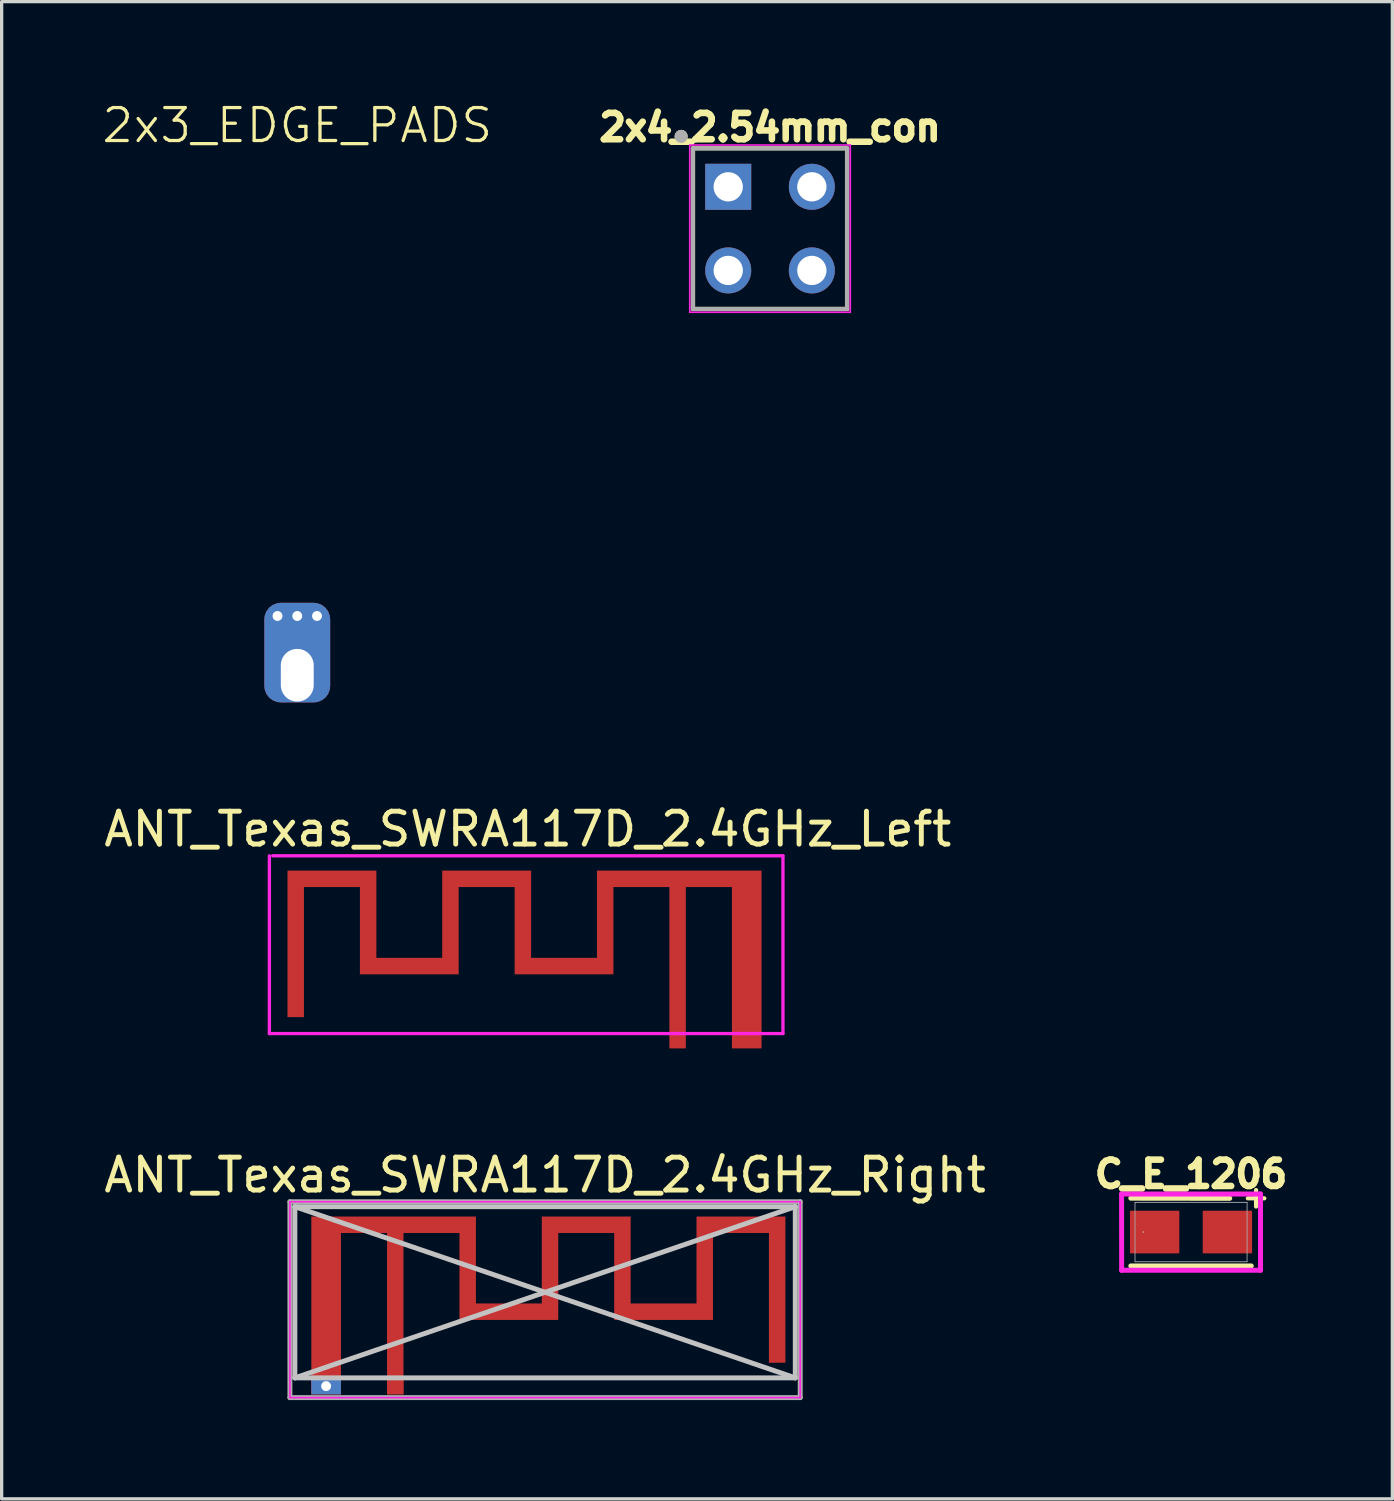
<source format=kicad_pcb>
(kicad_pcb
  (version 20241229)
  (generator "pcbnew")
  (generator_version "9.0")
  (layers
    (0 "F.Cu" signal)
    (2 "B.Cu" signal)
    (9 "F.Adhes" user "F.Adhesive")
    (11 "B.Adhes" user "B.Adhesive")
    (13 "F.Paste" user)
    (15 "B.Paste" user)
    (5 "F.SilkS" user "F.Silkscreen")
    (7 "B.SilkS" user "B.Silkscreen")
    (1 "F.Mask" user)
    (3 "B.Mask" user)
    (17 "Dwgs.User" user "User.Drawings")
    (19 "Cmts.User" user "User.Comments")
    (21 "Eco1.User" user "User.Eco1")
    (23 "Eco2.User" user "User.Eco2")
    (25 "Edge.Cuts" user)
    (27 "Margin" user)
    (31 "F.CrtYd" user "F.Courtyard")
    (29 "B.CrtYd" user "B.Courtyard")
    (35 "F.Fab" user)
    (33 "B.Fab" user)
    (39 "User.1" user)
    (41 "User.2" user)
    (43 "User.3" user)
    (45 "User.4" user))
  (footprint "ANT_Texas_SWRA117D_2.4GHz_Right"
    (layer "F.Cu")
    (at 8.956 39.052)
    (property "Reference" "ANT_Texas_SWRA117D_2.4GHz_Right" (at 4.55 -6.41 0) (layer "F.SilkS") (effects (font (size 1 1) (thickness 0.15))))
    (attr exclude_from_pos_files exclude_from_bom)
    (fp_poly (pts (xy 2.45 -2.51) (xy 4.45 -2.51) (xy 4.45 -5.15) (xy 7.15 -5.15) (xy 7.15 -2.51) (xy 9.15 -2.51) (xy 9.15 -5.15) (xy 11.85 -5.15) (xy 11.85 -0.71) (xy 11.35 -0.71) (xy 11.35 -4.65) (xy 9.65 -4.65) (xy 9.65 -2.01) (xy 6.65 -2.01) (xy 6.65 -4.65) (xy 4.95 -4.65) (xy 4.95 -2.01) (xy 1.95 -2.01) (xy 1.95 -4.65) (xy 0.25 -4.65) (xy 0.25 0.25) (xy -0.25 0.25) (xy -0.25 -4.65) (xy -1.65 -4.65) (xy -1.65 0.25) (xy -2.55 0.25) (xy -2.55 0.007) (xy -2.248 0.007) (xy -2.238 0.054) (xy -2.214 0.097) (xy -2.176 0.13) (xy -2.168 0.134) (xy -2.125 0.146) (xy -2.077 0.145) (xy -2.031 0.132) (xy -2.013 0.122) (xy -1.979 0.087) (xy -1.958 0.041) (xy -1.952 -0.008) (xy -1.96 -0.056) (xy -1.977 -0.089) (xy -2.012 -0.121) (xy -2.058 -0.141) (xy -2.107 -0.148) (xy -2.155 -0.14) (xy -2.188 -0.123) (xy -2.223 -0.086) (xy -2.243 -0.042) (xy -2.248 0.007) (xy -2.55 0.007) (xy -2.55 -5.15) (xy 2.45 -5.15) (xy 2.45 -2.51)) (stroke (width 0) (type solid)) (fill yes) (layer "F.Cu"))
    (fp_poly (pts (xy 2.45 -2.51) (xy 4.45 -2.51) (xy 4.45 -5.15) (xy 7.15 -5.15) (xy 7.15 -2.51) (xy 9.15 -2.51) (xy 9.15 -5.15) (xy 11.85 -5.15) (xy 11.85 -0.71) (xy 11.35 -0.71) (xy 11.35 -4.65) (xy 9.65 -4.65) (xy 9.65 -2.01) (xy 6.65 -2.01) (xy 6.65 -4.65) (xy 4.95 -4.65) (xy 4.95 -2.01) (xy 1.95 -2.01) (xy 1.95 -4.65) (xy 0.25 -4.65) (xy 0.25 0.25) (xy -0.25 0.25) (xy -0.25 -4.65) (xy -1.65 -4.65) (xy -1.65 0.25) (xy -2.55 0.25) (xy -2.55 0.007) (xy -2.248 0.007) (xy -2.238 0.054) (xy -2.214 0.097) (xy -2.176 0.13) (xy -2.168 0.134) (xy -2.125 0.146) (xy -2.077 0.145) (xy -2.031 0.132) (xy -2.013 0.122) (xy -1.979 0.087) (xy -1.958 0.041) (xy -1.952 -0.008) (xy -1.96 -0.056) (xy -1.977 -0.089) (xy -2.012 -0.121) (xy -2.058 -0.141) (xy -2.107 -0.148) (xy -2.155 -0.14) (xy -2.188 -0.123) (xy -2.223 -0.086) (xy -2.243 -0.042) (xy -2.248 0.007) (xy -2.55 0.007) (xy -2.55 -5.15) (xy 2.45 -5.15) (xy 2.45 -2.51)) (stroke (width 0) (type solid)) (fill yes) (layer "F.Mask"))
    (fp_line (start -3.05 -5.45) (end 12.15 -5.45) (stroke (width 0.15) (type solid)) (layer "Dwgs.User"))
    (fp_line (start -3.05 -5.45) (end 12.15 -0.25) (stroke (width 0.15) (type solid)) (layer "Dwgs.User"))
    (fp_line (start -3.05 -0.25) (end -3.05 -5.45) (stroke (width 0.15) (type solid)) (layer "Dwgs.User"))
    (fp_line (start -3.05 -0.25) (end 12.15 -5.45) (stroke (width 0.15) (type solid)) (layer "Dwgs.User"))
    (fp_line (start -3.05 -0.25) (end 12.15 -0.25) (stroke (width 0.15) (type solid)) (layer "Dwgs.User"))
    (fp_line (start 12.15 -0.25) (end 12.15 -5.45) (stroke (width 0.15) (type solid)) (layer "Dwgs.User"))
    (fp_line (start -3.2 -5.6) (end 12.3 -5.6) (stroke (width 0.05) (type solid)) (layer "F.CrtYd"))
    (fp_line (start -3.2 0.35) (end -3.2 -5.6) (stroke (width 0.05) (type solid)) (layer "F.CrtYd"))
    (fp_line (start 12.3 -5.6) (end 12.3 0.35) (stroke (width 0.05) (type solid)) (layer "F.CrtYd"))
    (fp_line (start 12.3 0.35) (end -3.2 0.35) (stroke (width 0.05) (type solid)) (layer "F.CrtYd"))
    (fp_line (start -3.2 -5.6) (end 12.3 -5.6) (stroke (width 0.15) (type solid)) (layer "F.Fab"))
    (fp_line (start -3.2 0.35) (end -3.2 -5.6) (stroke (width 0.15) (type solid)) (layer "F.Fab"))
    (fp_line (start 12.3 -5.6) (end 12.3 0.35) (stroke (width 0.15) (type solid)) (layer "F.Fab"))
    (fp_line (start 12.3 0.35) (end -3.2 0.35) (stroke (width 0.15) (type solid)) (layer "F.Fab"))
    (pad "1" connect rect (at 0 0) (size 0.5 0.5) (layers "F.Cu"))
    (pad "2" thru_hole rect (at -2.1 0) (size 0.9 0.5) (drill 0.3) (layers "*.Cu")))
  (footprint "2x3_EDGE_PADS"
    (layer "F.Cu")
    (at 5.979 15.96)
    (property "Reference" "2x3_EDGE_PADS" (at 0 -15.2 0) (unlocked yes) (layer "F.SilkS") (effects (font (size 1 1) (thickness 0.1))))
    (attr through_hole)
    (pad "1" thru_hole circle (at -0.6 -0.3) (size 0.6 0.6) (drill 0.3) (layers "*.Cu" "*.Mask"))
    (pad "1" thru_hole circle (at 0 -0.3) (size 0.6 0.6) (drill 0.3) (layers "*.Cu" "*.Mask"))
    (pad "1" thru_hole roundrect (at 0 1.5) (size 2 3.025) (drill oval 1 1.6 (offset 0 -0.687)) (layers "*.Cu" "*.Mask") (roundrect_rratio 0.25))
    (pad "1" thru_hole circle (at 0.6 -0.3) (size 0.6 0.6) (drill 0.3) (layers "*.Cu" "*.Mask")))
  (footprint "C_E_1206"
    (layer "F.Cu")
    (at 33.127 34.373)
    (property "Reference" "C_E_1206" (at 0 -1.76 0) (unlocked yes) (layer "F.SilkS") (effects (font (size 0.8 0.8) (thickness 0.2) (bold yes))))
    (attr smd)
    (fp_line (start -1.829 1.029) (end 1.829 1.029) (stroke (width 0.152) (type solid)) (layer "F.SilkS"))
    (fp_line (start 1.175 -1.025) (end -1.829 -1.029) (stroke (width 0.152) (type solid)) (layer "F.SilkS"))
    (fp_line (start 1.725 -1.025) (end 2.225 -1.025) (stroke (width 0.127) (type default)) (layer "F.SilkS"))
    (fp_line (start 1.975 -1.275) (end 1.975 -0.775) (stroke (width 0.127) (type default)) (layer "F.SilkS"))
    (fp_line (start -2.11 -1.156) (end 2.11 -1.156) (stroke (width 0.152) (type solid)) (layer "F.CrtYd"))
    (fp_line (start -2.108 1.16) (end -2.11 -1.156) (stroke (width 0.152) (type solid)) (layer "F.CrtYd"))
    (fp_line (start 2.11 -1.156) (end 2.11 1.16) (stroke (width 0.152) (type solid)) (layer "F.CrtYd"))
    (fp_line (start 2.11 1.16) (end -2.108 1.16) (stroke (width 0.152) (type solid)) (layer "F.CrtYd"))
    (fp_line (start -1.702 -0.902) (end -1.702 0.902) (stroke (width 0.025) (type solid)) (layer "F.Fab"))
    (fp_line (start -1.702 0.902) (end 1.702 0.902) (stroke (width 0.025) (type solid)) (layer "F.Fab"))
    (fp_line (start 1.702 -0.902) (end -1.702 -0.902) (stroke (width 0.025) (type solid)) (layer "F.Fab"))
    (fp_line (start 1.702 0.902) (end 1.702 -0.902) (stroke (width 0.025) (type solid)) (layer "F.Fab"))
    (fp_circle (center -1.448 0) (end -1.448 0) (stroke (width 0.025) (type solid)) (fill no) (layer "F.Fab"))
    (pad "1" smd rect (at -1.105 0 90) (size 1.295 1.498) (layers "F.Cu" "F.Mask" "F.Paste"))
    (pad "2" smd rect (at 1.105 0 90) (size 1.295 1.498) (layers "F.Cu" "F.Mask" "F.Paste")))
  (footprint "ANT_Texas_SWRA117D_2.4GHz_Left"
    (layer "F.Cu")
    (at 17.532 28.544)
    (property "Reference" "ANT_Texas_SWRA117D_2.4GHz_Left" (at -4.55 -6.41 0) (layer "F.SilkS") (effects (font (size 1 1) (thickness 0.15))))
    (attr exclude_from_pos_files exclude_from_bom)
    (fp_poly (pts (xy 2.55 -5.15) (xy -2.45 -5.15) (xy -2.45 -2.5) (xy -4.45 -2.5) (xy -4.45 -5.15) (xy -7.15 -5.15) (xy -7.15 -2.5) (xy -9.15 -2.5) (xy -9.15 -5.15) (xy -11.85 -5.15) (xy -11.85 -0.7) (xy -11.35 -0.7) (xy -11.35 -4.65) (xy -9.65 -4.65) (xy -9.65 -2) (xy -6.65 -2) (xy -6.65 -4.65) (xy -4.95 -4.65) (xy -4.95 -2) (xy -1.95 -2) (xy -1.95 -4.65) (xy -0.25 -4.65) (xy -0.25 -0.15) (xy 0.25 -0.15) (xy 0.25 -4.65) (xy 1.65 -4.65) (xy 1.65 -0.15) (xy 2.55 -0.15)) (stroke (width 0) (type solid)) (fill yes) (layer "F.Cu"))
    (fp_poly (pts (xy 2.55 -5.15) (xy -2.45 -5.15) (xy -2.45 -2.5) (xy -4.45 -2.5) (xy -4.45 -5.15) (xy -7.15 -5.15) (xy -7.15 -2.5) (xy -9.15 -2.5) (xy -9.15 -5.15) (xy -11.85 -5.15) (xy -11.85 -0.7) (xy -11.35 -0.7) (xy -11.35 -4.65) (xy -9.65 -4.65) (xy -9.65 -2) (xy -6.65 -2) (xy -6.65 -4.65) (xy -4.95 -4.65) (xy -4.95 -2) (xy -1.95 -2) (xy -1.95 -4.65) (xy -0.25 -4.65) (xy -0.25 -0.15) (xy 0.25 -0.15) (xy 0.25 -4.65) (xy 1.65 -4.65) (xy 1.65 -0.15) (xy 2.55 -0.15)) (stroke (width 0) (type solid)) (fill yes) (layer "F.Mask"))
    (fp_line (start -12.4 -5.6) (end -12.4 -0.2) (stroke (width 0.1) (type default)) (layer "F.CrtYd"))
    (fp_line (start -12.4 -0.2) (end 3.2 -0.2) (stroke (width 0.1) (type solid)) (layer "F.CrtYd"))
    (fp_line (start 3.2 -5.6) (end -12.3 -5.6) (stroke (width 0.1) (type solid)) (layer "F.CrtYd"))
    (fp_line (start 3.2 -5.6) (end 3.2 -0.2) (stroke (width 0.1) (type default)) (layer "F.CrtYd"))
    (pad "1" smd rect (at 0 0) (size 0.5 0.5) (layers "F.Cu"))
    (pad "2" smd rect (at 2.1 0) (size 0.9 0.5) (layers "F.Cu")))
  (footprint "2x4_2.54mm_con"
    (layer "F.Cu")
    (at 20.339 3.894)
    (property "Reference" "2x4_2.54mm_con" (at 0 -3.075 0) (layer "F.SilkS") (effects (font (size 0.8 0.8) (thickness 0.2) (bold yes))))
    (attr through_hole)
    (fp_line (start -2.34 -2.44) (end 2.34 -2.44) (stroke (width 0.127) (type solid)) (layer "F.SilkS"))
    (fp_line (start -2.34 2.44) (end -2.34 -2.44) (stroke (width 0.127) (type solid)) (layer "F.SilkS"))
    (fp_line (start 2.34 -2.44) (end 2.34 2.44) (stroke (width 0.127) (type solid)) (layer "F.SilkS"))
    (fp_line (start 2.34 2.44) (end -2.34 2.44) (stroke (width 0.127) (type solid)) (layer "F.SilkS"))
    (fp_circle (center -2.7 -2.8) (end -2.6 -2.8) (stroke (width 0.2) (type solid)) (fill no) (layer "F.SilkS"))
    (fp_line (start -2.438 -2.54) (end 2.438 -2.54) (stroke (width 0.05) (type solid)) (layer "F.CrtYd"))
    (fp_line (start -2.438 2.54) (end -2.438 -2.54) (stroke (width 0.05) (type solid)) (layer "F.CrtYd"))
    (fp_line (start 2.438 -2.54) (end 2.438 2.54) (stroke (width 0.05) (type solid)) (layer "F.CrtYd"))
    (fp_line (start 2.438 2.54) (end -2.438 2.54) (stroke (width 0.05) (type solid)) (layer "F.CrtYd"))
    (fp_line (start -2.34 -2.44) (end 2.34 -2.44) (stroke (width 0.127) (type solid)) (layer "F.Fab"))
    (fp_line (start -2.34 2.44) (end -2.34 -2.44) (stroke (width 0.127) (type solid)) (layer "F.Fab"))
    (fp_line (start 2.34 -2.44) (end 2.34 2.44) (stroke (width 0.127) (type solid)) (layer "F.Fab"))
    (fp_line (start 2.34 2.44) (end -2.34 2.44) (stroke (width 0.127) (type solid)) (layer "F.Fab"))
    (fp_circle (center -2.7 -2.8) (end -2.6 -2.8) (stroke (width 0.2) (type solid)) (fill no) (layer "F.Fab"))
    (pad "1" thru_hole rect (at -1.27 -1.27) (size 1.398 1.398) (drill 0.89) (layers "*.Cu" "*.Mask"))
    (pad "2" thru_hole circle (at 1.27 -1.27) (size 1.398 1.398) (drill 0.89) (layers "*.Cu" "*.Mask"))
    (pad "3" thru_hole circle (at -1.27 1.27) (size 1.398 1.398) (drill 0.89) (layers "*.Cu" "*.Mask"))
    (pad "4" thru_hole circle (at 1.27 1.27) (size 1.398 1.398) (drill 0.89) (layers "*.Cu" "*.Mask")))
  (gr_rect
    (start -3 -3)
    (end 39.242 42.477)
    (stroke (width 0.1) (type default))
    (fill no)
    (layer "Edge.Cuts")))
</source>
